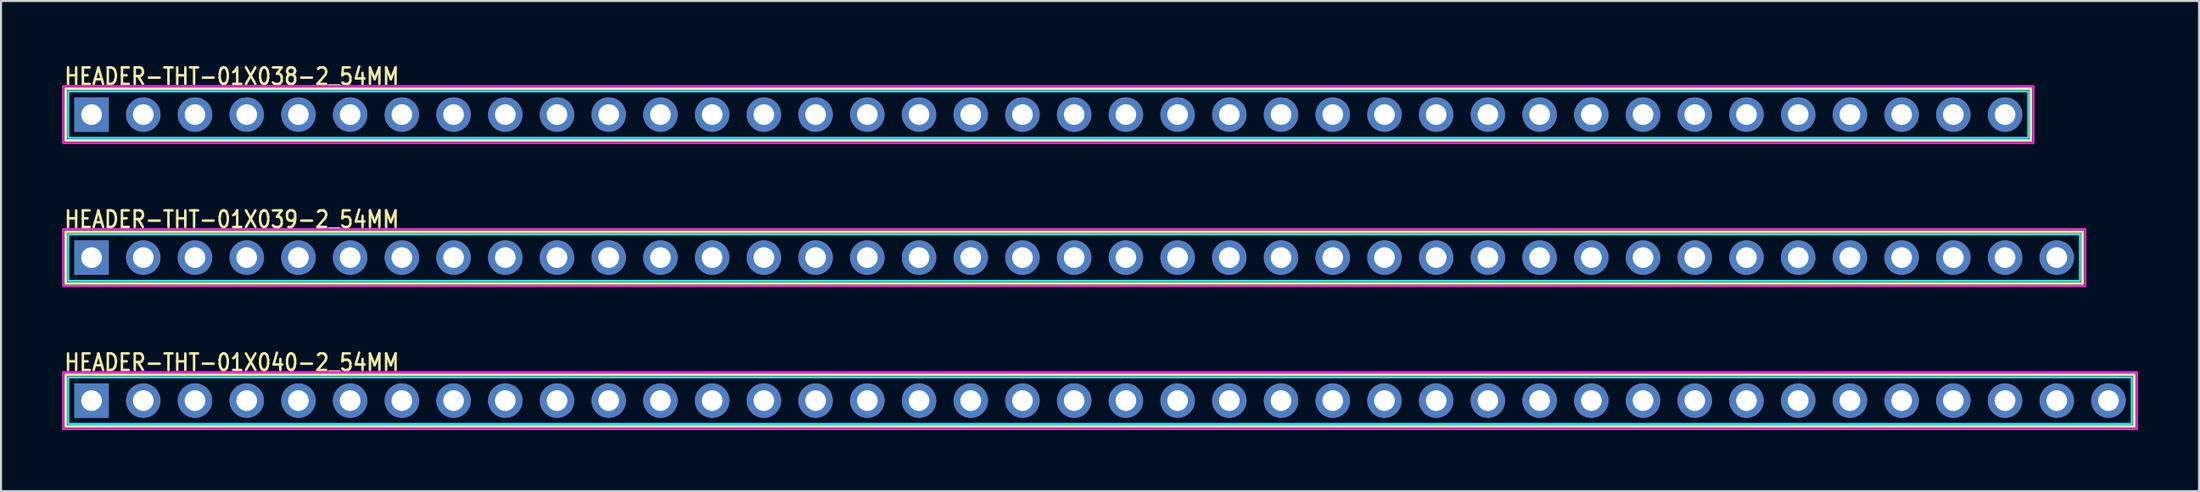
<source format=kicad_pcb>
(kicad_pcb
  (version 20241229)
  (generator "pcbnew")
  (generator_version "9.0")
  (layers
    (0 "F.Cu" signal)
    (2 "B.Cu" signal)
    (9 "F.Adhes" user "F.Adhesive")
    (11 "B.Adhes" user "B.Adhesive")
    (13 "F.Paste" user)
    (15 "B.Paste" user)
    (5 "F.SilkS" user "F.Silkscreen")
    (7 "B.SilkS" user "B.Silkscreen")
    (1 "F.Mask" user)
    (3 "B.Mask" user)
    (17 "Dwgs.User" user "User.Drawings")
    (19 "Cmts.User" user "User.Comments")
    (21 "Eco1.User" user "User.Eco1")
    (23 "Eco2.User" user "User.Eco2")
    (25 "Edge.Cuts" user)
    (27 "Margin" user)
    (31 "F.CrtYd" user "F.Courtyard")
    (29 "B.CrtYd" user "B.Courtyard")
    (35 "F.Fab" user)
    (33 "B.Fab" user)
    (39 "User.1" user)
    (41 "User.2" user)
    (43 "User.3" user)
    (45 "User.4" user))
  (footprint "HEADER-THT-01X039-2_54MM"
    (layer "F.Cu")
    (at 1.447 9.604)
    (property "Reference" "HEADER-THT-01X039-2_54MM" (at -1.4 -1.4 0) (unlocked yes) (layer "F.SilkS") (effects (font (size 0.813 0.695) (thickness 0.122)) (justify left bottom)))
    (fp_line (start -1.27 -1.27) (end -1.27 1.27) (stroke (width 0.127) (type solid)) (layer "F.SilkS"))
    (fp_line (start -1.27 1.27) (end 97.79 1.27) (stroke (width 0.127) (type solid)) (layer "F.SilkS"))
    (fp_line (start 97.79 -1.27) (end -1.27 -1.27) (stroke (width 0.127) (type solid)) (layer "F.SilkS"))
    (fp_line (start 97.79 1.27) (end 97.79 -1.27) (stroke (width 0.127) (type solid)) (layer "F.SilkS"))
    (fp_poly (pts (xy -1.143 -1.143) (xy 97.663 -1.143) (xy 97.663 1.143) (xy -1.143 1.143)) (stroke (width 0.1) (type solid)) (fill no) (layer "B.CrtYd"))
    (fp_poly (pts (xy -1.397 -1.397) (xy 97.917 -1.397) (xy 97.917 1.397) (xy -1.397 1.397)) (stroke (width 0.1) (type solid)) (fill no) (layer "F.CrtYd"))
    (pad "1" thru_hole rect (at 0 0) (size 1.693 1.693) (drill 1.016) (layers "*.Cu" "*.Mask"))
    (pad "2" thru_hole oval (at 2.54 0) (size 1.693 1.693) (drill 1.016) (layers "*.Cu" "*.Mask"))
    (pad "3" thru_hole oval (at 5.08 0) (size 1.693 1.693) (drill 1.016) (layers "*.Cu" "*.Mask"))
    (pad "4" thru_hole oval (at 7.62 0) (size 1.693 1.693) (drill 1.016) (layers "*.Cu" "*.Mask"))
    (pad "5" thru_hole oval (at 10.16 0) (size 1.693 1.693) (drill 1.016) (layers "*.Cu" "*.Mask"))
    (pad "6" thru_hole oval (at 12.7 0) (size 1.693 1.693) (drill 1.016) (layers "*.Cu" "*.Mask"))
    (pad "7" thru_hole oval (at 15.24 0) (size 1.693 1.693) (drill 1.016) (layers "*.Cu" "*.Mask"))
    (pad "8" thru_hole oval (at 17.78 0) (size 1.693 1.693) (drill 1.016) (layers "*.Cu" "*.Mask"))
    (pad "9" thru_hole oval (at 20.32 0) (size 1.693 1.693) (drill 1.016) (layers "*.Cu" "*.Mask"))
    (pad "10" thru_hole oval (at 22.86 0) (size 1.693 1.693) (drill 1.016) (layers "*.Cu" "*.Mask"))
    (pad "11" thru_hole oval (at 25.4 0) (size 1.693 1.693) (drill 1.016) (layers "*.Cu" "*.Mask"))
    (pad "12" thru_hole oval (at 27.94 0) (size 1.693 1.693) (drill 1.016) (layers "*.Cu" "*.Mask"))
    (pad "13" thru_hole oval (at 30.48 0) (size 1.693 1.693) (drill 1.016) (layers "*.Cu" "*.Mask"))
    (pad "14" thru_hole oval (at 33.02 0) (size 1.693 1.693) (drill 1.016) (layers "*.Cu" "*.Mask"))
    (pad "15" thru_hole oval (at 35.56 0) (size 1.693 1.693) (drill 1.016) (layers "*.Cu" "*.Mask"))
    (pad "16" thru_hole oval (at 38.1 0) (size 1.693 1.693) (drill 1.016) (layers "*.Cu" "*.Mask"))
    (pad "17" thru_hole oval (at 40.64 0) (size 1.693 1.693) (drill 1.016) (layers "*.Cu" "*.Mask"))
    (pad "18" thru_hole oval (at 43.18 0) (size 1.693 1.693) (drill 1.016) (layers "*.Cu" "*.Mask"))
    (pad "19" thru_hole oval (at 45.72 0) (size 1.693 1.693) (drill 1.016) (layers "*.Cu" "*.Mask"))
    (pad "20" thru_hole oval (at 48.26 0) (size 1.693 1.693) (drill 1.016) (layers "*.Cu" "*.Mask"))
    (pad "21" thru_hole oval (at 50.8 0) (size 1.693 1.693) (drill 1.016) (layers "*.Cu" "*.Mask"))
    (pad "22" thru_hole oval (at 53.34 0) (size 1.693 1.693) (drill 1.016) (layers "*.Cu" "*.Mask"))
    (pad "23" thru_hole oval (at 55.88 0) (size 1.693 1.693) (drill 1.016) (layers "*.Cu" "*.Mask"))
    (pad "24" thru_hole oval (at 58.42 0) (size 1.693 1.693) (drill 1.016) (layers "*.Cu" "*.Mask"))
    (pad "25" thru_hole oval (at 60.96 0) (size 1.693 1.693) (drill 1.016) (layers "*.Cu" "*.Mask"))
    (pad "26" thru_hole oval (at 63.5 0) (size 1.693 1.693) (drill 1.016) (layers "*.Cu" "*.Mask"))
    (pad "27" thru_hole oval (at 66.04 0) (size 1.693 1.693) (drill 1.016) (layers "*.Cu" "*.Mask"))
    (pad "28" thru_hole oval (at 68.58 0) (size 1.693 1.693) (drill 1.016) (layers "*.Cu" "*.Mask"))
    (pad "29" thru_hole oval (at 71.12 0) (size 1.693 1.693) (drill 1.016) (layers "*.Cu" "*.Mask"))
    (pad "30" thru_hole oval (at 73.66 0) (size 1.693 1.693) (drill 1.016) (layers "*.Cu" "*.Mask"))
    (pad "31" thru_hole oval (at 76.2 0) (size 1.693 1.693) (drill 1.016) (layers "*.Cu" "*.Mask"))
    (pad "32" thru_hole oval (at 78.74 0) (size 1.693 1.693) (drill 1.016) (layers "*.Cu" "*.Mask"))
    (pad "33" thru_hole oval (at 81.28 0) (size 1.693 1.693) (drill 1.016) (layers "*.Cu" "*.Mask"))
    (pad "34" thru_hole oval (at 83.82 0) (size 1.693 1.693) (drill 1.016) (layers "*.Cu" "*.Mask"))
    (pad "35" thru_hole oval (at 86.36 0) (size 1.693 1.693) (drill 1.016) (layers "*.Cu" "*.Mask"))
    (pad "36" thru_hole oval (at 88.9 0) (size 1.693 1.693) (drill 1.016) (layers "*.Cu" "*.Mask"))
    (pad "37" thru_hole oval (at 91.44 0) (size 1.693 1.693) (drill 1.016) (layers "*.Cu" "*.Mask"))
    (pad "38" thru_hole oval (at 93.98 0) (size 1.693 1.693) (drill 1.016) (layers "*.Cu" "*.Mask"))
    (pad "39" thru_hole oval (at 96.52 0) (size 1.693 1.693) (drill 1.016) (layers "*.Cu" "*.Mask")))
  (footprint "HEADER-THT-01X038-2_54MM"
    (layer "F.Cu")
    (at 1.447 2.579)
    (property "Reference" "HEADER-THT-01X038-2_54MM" (at -1.4 -1.4 0) (unlocked yes) (layer "F.SilkS") (effects (font (size 0.813 0.695) (thickness 0.122)) (justify left bottom)))
    (fp_line (start -1.27 -1.27) (end -1.27 1.27) (stroke (width 0.127) (type solid)) (layer "F.SilkS"))
    (fp_line (start -1.27 1.27) (end 95.25 1.27) (stroke (width 0.127) (type solid)) (layer "F.SilkS"))
    (fp_line (start 95.25 -1.27) (end -1.27 -1.27) (stroke (width 0.127) (type solid)) (layer "F.SilkS"))
    (fp_line (start 95.25 1.27) (end 95.25 -1.27) (stroke (width 0.127) (type solid)) (layer "F.SilkS"))
    (fp_poly (pts (xy -1.143 -1.143) (xy 95.123 -1.143) (xy 95.123 1.143) (xy -1.143 1.143)) (stroke (width 0.1) (type solid)) (fill no) (layer "B.CrtYd"))
    (fp_poly (pts (xy -1.397 -1.397) (xy 95.377 -1.397) (xy 95.377 1.397) (xy -1.397 1.397)) (stroke (width 0.1) (type solid)) (fill no) (layer "F.CrtYd"))
    (pad "1" thru_hole rect (at 0 0) (size 1.693 1.693) (drill 1.016) (layers "*.Cu" "*.Mask"))
    (pad "2" thru_hole oval (at 2.54 0) (size 1.693 1.693) (drill 1.016) (layers "*.Cu" "*.Mask"))
    (pad "3" thru_hole oval (at 5.08 0) (size 1.693 1.693) (drill 1.016) (layers "*.Cu" "*.Mask"))
    (pad "4" thru_hole oval (at 7.62 0) (size 1.693 1.693) (drill 1.016) (layers "*.Cu" "*.Mask"))
    (pad "5" thru_hole oval (at 10.16 0) (size 1.693 1.693) (drill 1.016) (layers "*.Cu" "*.Mask"))
    (pad "6" thru_hole oval (at 12.7 0) (size 1.693 1.693) (drill 1.016) (layers "*.Cu" "*.Mask"))
    (pad "7" thru_hole oval (at 15.24 0) (size 1.693 1.693) (drill 1.016) (layers "*.Cu" "*.Mask"))
    (pad "8" thru_hole oval (at 17.78 0) (size 1.693 1.693) (drill 1.016) (layers "*.Cu" "*.Mask"))
    (pad "9" thru_hole oval (at 20.32 0) (size 1.693 1.693) (drill 1.016) (layers "*.Cu" "*.Mask"))
    (pad "10" thru_hole oval (at 22.86 0) (size 1.693 1.693) (drill 1.016) (layers "*.Cu" "*.Mask"))
    (pad "11" thru_hole oval (at 25.4 0) (size 1.693 1.693) (drill 1.016) (layers "*.Cu" "*.Mask"))
    (pad "12" thru_hole oval (at 27.94 0) (size 1.693 1.693) (drill 1.016) (layers "*.Cu" "*.Mask"))
    (pad "13" thru_hole oval (at 30.48 0) (size 1.693 1.693) (drill 1.016) (layers "*.Cu" "*.Mask"))
    (pad "14" thru_hole oval (at 33.02 0) (size 1.693 1.693) (drill 1.016) (layers "*.Cu" "*.Mask"))
    (pad "15" thru_hole oval (at 35.56 0) (size 1.693 1.693) (drill 1.016) (layers "*.Cu" "*.Mask"))
    (pad "16" thru_hole oval (at 38.1 0) (size 1.693 1.693) (drill 1.016) (layers "*.Cu" "*.Mask"))
    (pad "17" thru_hole oval (at 40.64 0) (size 1.693 1.693) (drill 1.016) (layers "*.Cu" "*.Mask"))
    (pad "18" thru_hole oval (at 43.18 0) (size 1.693 1.693) (drill 1.016) (layers "*.Cu" "*.Mask"))
    (pad "19" thru_hole oval (at 45.72 0) (size 1.693 1.693) (drill 1.016) (layers "*.Cu" "*.Mask"))
    (pad "20" thru_hole oval (at 48.26 0) (size 1.693 1.693) (drill 1.016) (layers "*.Cu" "*.Mask"))
    (pad "21" thru_hole oval (at 50.8 0) (size 1.693 1.693) (drill 1.016) (layers "*.Cu" "*.Mask"))
    (pad "22" thru_hole oval (at 53.34 0) (size 1.693 1.693) (drill 1.016) (layers "*.Cu" "*.Mask"))
    (pad "23" thru_hole oval (at 55.88 0) (size 1.693 1.693) (drill 1.016) (layers "*.Cu" "*.Mask"))
    (pad "24" thru_hole oval (at 58.42 0) (size 1.693 1.693) (drill 1.016) (layers "*.Cu" "*.Mask"))
    (pad "25" thru_hole oval (at 60.96 0) (size 1.693 1.693) (drill 1.016) (layers "*.Cu" "*.Mask"))
    (pad "26" thru_hole oval (at 63.5 0) (size 1.693 1.693) (drill 1.016) (layers "*.Cu" "*.Mask"))
    (pad "27" thru_hole oval (at 66.04 0) (size 1.693 1.693) (drill 1.016) (layers "*.Cu" "*.Mask"))
    (pad "28" thru_hole oval (at 68.58 0) (size 1.693 1.693) (drill 1.016) (layers "*.Cu" "*.Mask"))
    (pad "29" thru_hole oval (at 71.12 0) (size 1.693 1.693) (drill 1.016) (layers "*.Cu" "*.Mask"))
    (pad "30" thru_hole oval (at 73.66 0) (size 1.693 1.693) (drill 1.016) (layers "*.Cu" "*.Mask"))
    (pad "31" thru_hole oval (at 76.2 0) (size 1.693 1.693) (drill 1.016) (layers "*.Cu" "*.Mask"))
    (pad "32" thru_hole oval (at 78.74 0) (size 1.693 1.693) (drill 1.016) (layers "*.Cu" "*.Mask"))
    (pad "33" thru_hole oval (at 81.28 0) (size 1.693 1.693) (drill 1.016) (layers "*.Cu" "*.Mask"))
    (pad "34" thru_hole oval (at 83.82 0) (size 1.693 1.693) (drill 1.016) (layers "*.Cu" "*.Mask"))
    (pad "35" thru_hole oval (at 86.36 0) (size 1.693 1.693) (drill 1.016) (layers "*.Cu" "*.Mask"))
    (pad "36" thru_hole oval (at 88.9 0) (size 1.693 1.693) (drill 1.016) (layers "*.Cu" "*.Mask"))
    (pad "37" thru_hole oval (at 91.44 0) (size 1.693 1.693) (drill 1.016) (layers "*.Cu" "*.Mask"))
    (pad "38" thru_hole oval (at 93.98 0) (size 1.693 1.693) (drill 1.016) (layers "*.Cu" "*.Mask")))
  (footprint "HEADER-THT-01X040-2_54MM"
    (layer "F.Cu")
    (at 1.447 16.63)
    (property "Reference" "HEADER-THT-01X040-2_54MM" (at -1.4 -1.4 0) (unlocked yes) (layer "F.SilkS") (effects (font (size 0.813 0.695) (thickness 0.122)) (justify left bottom)))
    (fp_line (start -1.27 -1.27) (end -1.27 1.27) (stroke (width 0.127) (type solid)) (layer "F.SilkS"))
    (fp_line (start -1.27 1.27) (end 100.33 1.27) (stroke (width 0.127) (type solid)) (layer "F.SilkS"))
    (fp_line (start 100.33 -1.27) (end -1.27 -1.27) (stroke (width 0.127) (type solid)) (layer "F.SilkS"))
    (fp_line (start 100.33 1.27) (end 100.33 -1.27) (stroke (width 0.127) (type solid)) (layer "F.SilkS"))
    (fp_poly (pts (xy -1.143 -1.143) (xy 100.203 -1.143) (xy 100.203 1.143) (xy -1.143 1.143)) (stroke (width 0.1) (type solid)) (fill no) (layer "B.CrtYd"))
    (fp_poly (pts (xy -1.397 -1.397) (xy 100.457 -1.397) (xy 100.457 1.397) (xy -1.397 1.397)) (stroke (width 0.1) (type solid)) (fill no) (layer "F.CrtYd"))
    (pad "1" thru_hole rect (at 0 0) (size 1.693 1.693) (drill 1.016) (layers "*.Cu" "*.Mask"))
    (pad "2" thru_hole oval (at 2.54 0) (size 1.693 1.693) (drill 1.016) (layers "*.Cu" "*.Mask"))
    (pad "3" thru_hole oval (at 5.08 0) (size 1.693 1.693) (drill 1.016) (layers "*.Cu" "*.Mask"))
    (pad "4" thru_hole oval (at 7.62 0) (size 1.693 1.693) (drill 1.016) (layers "*.Cu" "*.Mask"))
    (pad "5" thru_hole oval (at 10.16 0) (size 1.693 1.693) (drill 1.016) (layers "*.Cu" "*.Mask"))
    (pad "6" thru_hole oval (at 12.7 0) (size 1.693 1.693) (drill 1.016) (layers "*.Cu" "*.Mask"))
    (pad "7" thru_hole oval (at 15.24 0) (size 1.693 1.693) (drill 1.016) (layers "*.Cu" "*.Mask"))
    (pad "8" thru_hole oval (at 17.78 0) (size 1.693 1.693) (drill 1.016) (layers "*.Cu" "*.Mask"))
    (pad "9" thru_hole oval (at 20.32 0) (size 1.693 1.693) (drill 1.016) (layers "*.Cu" "*.Mask"))
    (pad "10" thru_hole oval (at 22.86 0) (size 1.693 1.693) (drill 1.016) (layers "*.Cu" "*.Mask"))
    (pad "11" thru_hole oval (at 25.4 0) (size 1.693 1.693) (drill 1.016) (layers "*.Cu" "*.Mask"))
    (pad "12" thru_hole oval (at 27.94 0) (size 1.693 1.693) (drill 1.016) (layers "*.Cu" "*.Mask"))
    (pad "13" thru_hole oval (at 30.48 0) (size 1.693 1.693) (drill 1.016) (layers "*.Cu" "*.Mask"))
    (pad "14" thru_hole oval (at 33.02 0) (size 1.693 1.693) (drill 1.016) (layers "*.Cu" "*.Mask"))
    (pad "15" thru_hole oval (at 35.56 0) (size 1.693 1.693) (drill 1.016) (layers "*.Cu" "*.Mask"))
    (pad "16" thru_hole oval (at 38.1 0) (size 1.693 1.693) (drill 1.016) (layers "*.Cu" "*.Mask"))
    (pad "17" thru_hole oval (at 40.64 0) (size 1.693 1.693) (drill 1.016) (layers "*.Cu" "*.Mask"))
    (pad "18" thru_hole oval (at 43.18 0) (size 1.693 1.693) (drill 1.016) (layers "*.Cu" "*.Mask"))
    (pad "19" thru_hole oval (at 45.72 0) (size 1.693 1.693) (drill 1.016) (layers "*.Cu" "*.Mask"))
    (pad "20" thru_hole oval (at 48.26 0) (size 1.693 1.693) (drill 1.016) (layers "*.Cu" "*.Mask"))
    (pad "21" thru_hole oval (at 50.8 0) (size 1.693 1.693) (drill 1.016) (layers "*.Cu" "*.Mask"))
    (pad "22" thru_hole oval (at 53.34 0) (size 1.693 1.693) (drill 1.016) (layers "*.Cu" "*.Mask"))
    (pad "23" thru_hole oval (at 55.88 0) (size 1.693 1.693) (drill 1.016) (layers "*.Cu" "*.Mask"))
    (pad "24" thru_hole oval (at 58.42 0) (size 1.693 1.693) (drill 1.016) (layers "*.Cu" "*.Mask"))
    (pad "25" thru_hole oval (at 60.96 0) (size 1.693 1.693) (drill 1.016) (layers "*.Cu" "*.Mask"))
    (pad "26" thru_hole oval (at 63.5 0) (size 1.693 1.693) (drill 1.016) (layers "*.Cu" "*.Mask"))
    (pad "27" thru_hole oval (at 66.04 0) (size 1.693 1.693) (drill 1.016) (layers "*.Cu" "*.Mask"))
    (pad "28" thru_hole oval (at 68.58 0) (size 1.693 1.693) (drill 1.016) (layers "*.Cu" "*.Mask"))
    (pad "29" thru_hole oval (at 71.12 0) (size 1.693 1.693) (drill 1.016) (layers "*.Cu" "*.Mask"))
    (pad "30" thru_hole oval (at 73.66 0) (size 1.693 1.693) (drill 1.016) (layers "*.Cu" "*.Mask"))
    (pad "31" thru_hole oval (at 76.2 0) (size 1.693 1.693) (drill 1.016) (layers "*.Cu" "*.Mask"))
    (pad "32" thru_hole oval (at 78.74 0) (size 1.693 1.693) (drill 1.016) (layers "*.Cu" "*.Mask"))
    (pad "33" thru_hole oval (at 81.28 0) (size 1.693 1.693) (drill 1.016) (layers "*.Cu" "*.Mask"))
    (pad "34" thru_hole oval (at 83.82 0) (size 1.693 1.693) (drill 1.016) (layers "*.Cu" "*.Mask"))
    (pad "35" thru_hole oval (at 86.36 0) (size 1.693 1.693) (drill 1.016) (layers "*.Cu" "*.Mask"))
    (pad "36" thru_hole oval (at 88.9 0) (size 1.693 1.693) (drill 1.016) (layers "*.Cu" "*.Mask"))
    (pad "37" thru_hole oval (at 91.44 0) (size 1.693 1.693) (drill 1.016) (layers "*.Cu" "*.Mask"))
    (pad "38" thru_hole oval (at 93.98 0) (size 1.693 1.693) (drill 1.016) (layers "*.Cu" "*.Mask"))
    (pad "39" thru_hole oval (at 96.52 0) (size 1.693 1.693) (drill 1.016) (layers "*.Cu" "*.Mask"))
    (pad "40" thru_hole oval (at 99.06 0) (size 1.693 1.693) (drill 1.016) (layers "*.Cu" "*.Mask")))
  (gr_rect
    (start -3 -3)
    (end 104.954 21.077)
    (stroke (width 0.1) (type default))
    (fill no)
    (layer "Edge.Cuts")))
</source>
